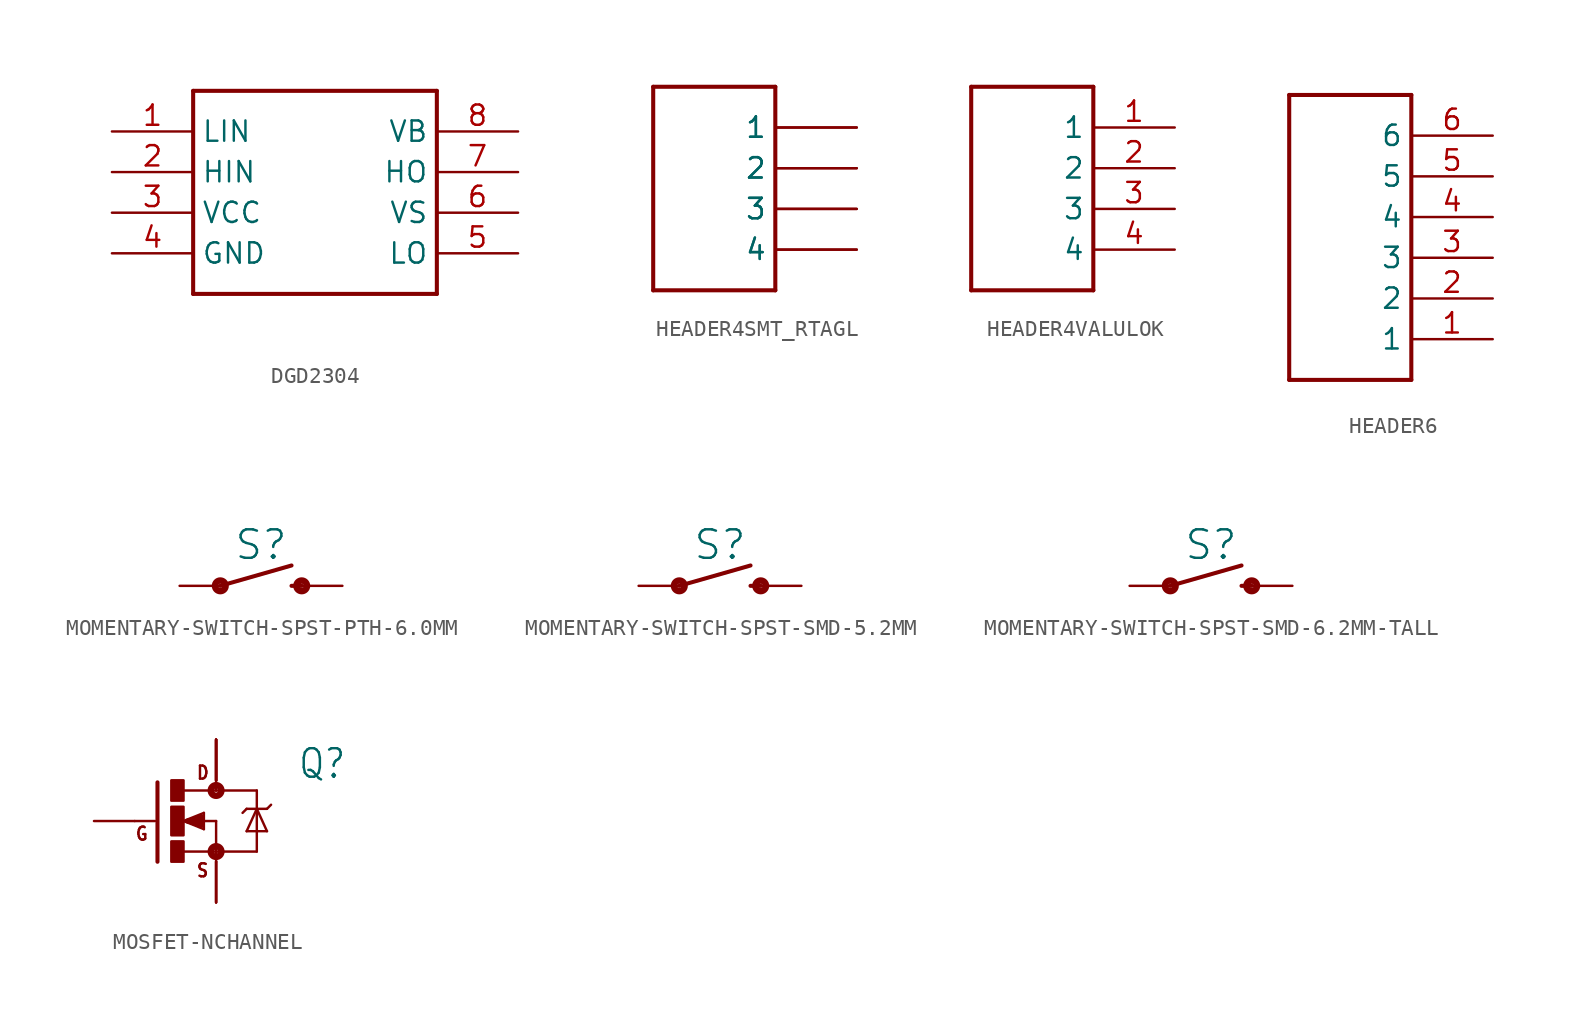
<source format=kicad_sym>
(kicad_symbol_lib
  (version 20231120)
  (generator "kicad_symbol_editor")
  (generator_version "8.0")
  (symbol "DGD2304"
    (property "Reference" ""
      (at -7.366 8.128 0)
      (effects (font (size 1.778 1.511)) (justify left bottom) (hide yes)))
    (property "Value" ""
      (at -7.62 -7.62 0)
      (effects (font (size 1.778 1.511)) (justify left bottom)))
    (property "ki_locked" ""
      (at 0 0 0)
      (effects (font (size 1.27 1.27))))
    (symbol "DGD2304_1_0"
      (polyline (pts (xy -7.62 -5.08) (xy 7.62 -5.08)) (stroke (width 0.254) (type solid)) (fill (type none)))
      (polyline (pts (xy -7.62 7.62) (xy -7.62 -5.08)) (stroke (width 0.254) (type solid)) (fill (type none)))
      (polyline (pts (xy 7.62 -5.08) (xy 7.62 7.62)) (stroke (width 0.254) (type solid)) (fill (type none)))
      (polyline (pts (xy 7.62 7.62) (xy -7.62 7.62)) (stroke (width 0.254) (type solid)) (fill (type none)))
      (pin bidirectional line (at -12.7 5.08 0) (length 5.08) (name "LIN" (effects (font (size 1.27 1.27)))) (number "1" (effects (font (size 1.27 1.27)))))
      (pin bidirectional line (at -12.7 2.54 0) (length 5.08) (name "HIN" (effects (font (size 1.27 1.27)))) (number "2" (effects (font (size 1.27 1.27)))))
      (pin bidirectional line (at -12.7 0 0) (length 5.08) (name "VCC" (effects (font (size 1.27 1.27)))) (number "3" (effects (font (size 1.27 1.27)))))
      (pin bidirectional line (at -12.7 -2.54 0) (length 5.08) (name "GND" (effects (font (size 1.27 1.27)))) (number "4" (effects (font (size 1.27 1.27)))))
      (pin bidirectional line (at 12.7 -2.54 180) (length 5.08) (name "LO" (effects (font (size 1.27 1.27)))) (number "5" (effects (font (size 1.27 1.27)))))
      (pin bidirectional line (at 12.7 0 180) (length 5.08) (name "VS" (effects (font (size 1.27 1.27)))) (number "6" (effects (font (size 1.27 1.27)))))
      (pin bidirectional line (at 12.7 2.54 180) (length 5.08) (name "HO" (effects (font (size 1.27 1.27)))) (number "7" (effects (font (size 1.27 1.27)))))
      (pin bidirectional line (at 12.7 5.08 180) (length 5.08) (name "VB" (effects (font (size 1.27 1.27)))) (number "8" (effects (font (size 1.27 1.27)))))))
  (symbol "HEADER4SMT_RTAGL"
    (property "Reference" ""
      (at -5.08 8.382 0)
      (effects (font (size 1.27 1.079)) (justify left bottom) (hide yes)))
    (property "ki_locked" ""
      (at 0 0 0)
      (effects (font (size 1.27 1.27))))
    (symbol "HEADER4SMT_RTAGL_1_0"
      (polyline (pts (xy -5.08 -5.08) (xy -5.08 7.62)) (stroke (width 0.254) (type solid)) (fill (type none)))
      (polyline (pts (xy -5.08 7.62) (xy 2.54 7.62)) (stroke (width 0.254) (type solid)) (fill (type none)))
      (polyline (pts (xy 2.54 -5.08) (xy -5.08 -5.08)) (stroke (width 0.254) (type solid)) (fill (type none)))
      (polyline (pts (xy 2.54 7.62) (xy 2.54 -5.08)) (stroke (width 0.254) (type solid)) (fill (type none)))
      (pin bidirectional line (at 7.62 5.08 180) (length 5.08) (name "1" (effects (font (size 1.27 1.27)))) (number "1H" (effects (font (size 0 0)))))
      (pin bidirectional line (at 7.62 5.08 180) (length 5.08) (name "1" (effects (font (size 1.27 1.27)))) (number "1L" (effects (font (size 0 0)))))
      (pin bidirectional line (at 7.62 2.54 180) (length 5.08) (name "2" (effects (font (size 1.27 1.27)))) (number "2H" (effects (font (size 0 0)))))
      (pin bidirectional line (at 7.62 2.54 180) (length 5.08) (name "2" (effects (font (size 1.27 1.27)))) (number "2L" (effects (font (size 0 0)))))
      (pin bidirectional line (at 7.62 0 180) (length 5.08) (name "3" (effects (font (size 1.27 1.27)))) (number "3H" (effects (font (size 0 0)))))
      (pin bidirectional line (at 7.62 0 180) (length 5.08) (name "3" (effects (font (size 1.27 1.27)))) (number "3L" (effects (font (size 0 0)))))
      (pin bidirectional line (at 7.62 -2.54 180) (length 5.08) (name "4" (effects (font (size 1.27 1.27)))) (number "4H" (effects (font (size 0 0)))))
      (pin bidirectional line (at 7.62 -2.54 180) (length 5.08) (name "4" (effects (font (size 1.27 1.27)))) (number "4L" (effects (font (size 0 0)))))))
  (symbol "HEADER4VALULOK"
    (property "Reference" ""
      (at -5.08 8.382 0)
      (effects (font (size 1.27 1.079)) (justify left bottom) (hide yes)))
    (property "ki_locked" ""
      (at 0 0 0)
      (effects (font (size 1.27 1.27))))
    (symbol "HEADER4VALULOK_1_0"
      (polyline (pts (xy -5.08 -5.08) (xy -5.08 7.62)) (stroke (width 0.254) (type solid)) (fill (type none)))
      (polyline (pts (xy -5.08 7.62) (xy 2.54 7.62)) (stroke (width 0.254) (type solid)) (fill (type none)))
      (polyline (pts (xy 2.54 -5.08) (xy -5.08 -5.08)) (stroke (width 0.254) (type solid)) (fill (type none)))
      (polyline (pts (xy 2.54 7.62) (xy 2.54 -5.08)) (stroke (width 0.254) (type solid)) (fill (type none)))
      (pin bidirectional line (at 7.62 5.08 180) (length 5.08) (name "1" (effects (font (size 1.27 1.27)))) (number "1" (effects (font (size 1.27 1.27)))))
      (pin bidirectional line (at 7.62 2.54 180) (length 5.08) (name "2" (effects (font (size 1.27 1.27)))) (number "2" (effects (font (size 1.27 1.27)))))
      (pin bidirectional line (at 7.62 0 180) (length 5.08) (name "3" (effects (font (size 1.27 1.27)))) (number "3" (effects (font (size 1.27 1.27)))))
      (pin bidirectional line (at 7.62 -2.54 180) (length 5.08) (name "4" (effects (font (size 1.27 1.27)))) (number "4" (effects (font (size 1.27 1.27)))))))
  (symbol "HEADER6"
    (property "Reference" ""
      (at 0 0 0)
      (effects (font (size 1.27 1.27)) (hide yes)))
    (property "ki_locked" ""
      (at 0 0 0)
      (effects (font (size 1.27 1.27))))
    (symbol "HEADER6_1_0"
      (polyline (pts (xy -2.54 -10.16) (xy 5.08 -10.16)) (stroke (width 0.254) (type solid)) (fill (type none)))
      (polyline (pts (xy -2.54 7.62) (xy -2.54 -10.16)) (stroke (width 0.254) (type solid)) (fill (type none)))
      (polyline (pts (xy 5.08 -10.16) (xy 5.08 7.62)) (stroke (width 0.254) (type solid)) (fill (type none)))
      (polyline (pts (xy 5.08 7.62) (xy -2.54 7.62)) (stroke (width 0.254) (type solid)) (fill (type none)))
      (pin bidirectional line (at 10.16 -7.62 180) (length 5.08) (name "1" (effects (font (size 1.27 1.27)))) (number "1" (effects (font (size 1.27 1.27)))))
      (pin bidirectional line (at 10.16 -5.08 180) (length 5.08) (name "2" (effects (font (size 1.27 1.27)))) (number "2" (effects (font (size 1.27 1.27)))))
      (pin bidirectional line (at 10.16 -2.54 180) (length 5.08) (name "3" (effects (font (size 1.27 1.27)))) (number "3" (effects (font (size 1.27 1.27)))))
      (pin bidirectional line (at 10.16 0 180) (length 5.08) (name "4" (effects (font (size 1.27 1.27)))) (number "4" (effects (font (size 1.27 1.27)))))
      (pin bidirectional line (at 10.16 2.54 180) (length 5.08) (name "5" (effects (font (size 1.27 1.27)))) (number "5" (effects (font (size 1.27 1.27)))))
      (pin bidirectional line (at 10.16 5.08 180) (length 5.08) (name "6" (effects (font (size 1.27 1.27)))) (number "6" (effects (font (size 1.27 1.27)))))))
  (symbol "MOMENTARY-SWITCH-SPST-PTH-6.0MM"
    (property "Reference" "S"
      (at 0 1.524 0)
      (effects (font (size 1.778 1.778)) (justify bottom)))
    (property "Value" ""
      (at 0 -0.508 0)
      (effects (font (size 1.778 1.778)) (justify top)))
    (property "ki_locked" ""
      (at 0 0 0)
      (effects (font (size 1.27 1.27))))
    (symbol "MOMENTARY-SWITCH-SPST-PTH-6.0MM_1_0"
      (circle (center -2.54 0) (radius 0.127) (stroke (width 0.406) (type solid)) (fill (type none)))
      (polyline (pts (xy -2.54 0) (xy 1.905 1.27)) (stroke (width 0.254) (type solid)) (fill (type none)))
      (polyline (pts (xy 1.905 0) (xy 2.54 0)) (stroke (width 0.254) (type solid)) (fill (type none)))
      (circle (center 2.54 0) (radius 0.127) (stroke (width 0.406) (type solid)) (fill (type none)))
      (pin passive line (at -5.08 0 0) (length 2.54) (name "1" (effects (font (size 0 0)))) (number "1" (effects (font (size 0 0)))))
      (pin passive line (at 5.08 0 180) (length 2.54) (name "2" (effects (font (size 0 0)))) (number "3" (effects (font (size 0 0)))))))
  (symbol "MOMENTARY-SWITCH-SPST-SMD-5.2MM"
    (property "Reference" "S"
      (at 0 1.524 0)
      (effects (font (size 1.778 1.778)) (justify bottom)))
    (property "Value" ""
      (at 0 -0.508 0)
      (effects (font (size 1.778 1.778)) (justify top)))
    (property "ki_locked" ""
      (at 0 0 0)
      (effects (font (size 1.27 1.27))))
    (symbol "MOMENTARY-SWITCH-SPST-SMD-5.2MM_1_0"
      (circle (center -2.54 0) (radius 0.127) (stroke (width 0.406) (type solid)) (fill (type none)))
      (polyline (pts (xy -2.54 0) (xy 1.905 1.27)) (stroke (width 0.254) (type solid)) (fill (type none)))
      (polyline (pts (xy 1.905 0) (xy 2.54 0)) (stroke (width 0.254) (type solid)) (fill (type none)))
      (circle (center 2.54 0) (radius 0.127) (stroke (width 0.406) (type solid)) (fill (type none)))
      (pin passive line (at -5.08 0 0) (length 2.54) (name "1" (effects (font (size 0 0)))) (number "1" (effects (font (size 0 0)))))
      (pin passive line (at 5.08 0 180) (length 2.54) (name "2" (effects (font (size 0 0)))) (number "3" (effects (font (size 0 0)))))))
  (symbol "MOMENTARY-SWITCH-SPST-SMD-6.2MM-TALL"
    (property "Reference" "S"
      (at 0 1.524 0)
      (effects (font (size 1.778 1.778)) (justify bottom)))
    (property "Value" ""
      (at 0 -0.508 0)
      (effects (font (size 1.778 1.778)) (justify top)))
    (property "ki_locked" ""
      (at 0 0 0)
      (effects (font (size 1.27 1.27))))
    (symbol "MOMENTARY-SWITCH-SPST-SMD-6.2MM-TALL_1_0"
      (circle (center -2.54 0) (radius 0.127) (stroke (width 0.406) (type solid)) (fill (type none)))
      (polyline (pts (xy -2.54 0) (xy 1.905 1.27)) (stroke (width 0.254) (type solid)) (fill (type none)))
      (polyline (pts (xy 1.905 0) (xy 2.54 0)) (stroke (width 0.254) (type solid)) (fill (type none)))
      (circle (center 2.54 0) (radius 0.127) (stroke (width 0.406) (type solid)) (fill (type none)))
      (pin passive line (at -5.08 0 0) (length 2.54) (name "1" (effects (font (size 0 0)))) (number "A2" (effects (font (size 0 0)))))
      (pin passive line (at 5.08 0 180) (length 2.54) (name "2" (effects (font (size 0 0)))) (number "B2" (effects (font (size 0 0)))))))
  (symbol "MOSFET-NCHANNEL"
    (property "Reference" "Q"
      (at 5.08 2.54 0)
      (effects (font (size 1.778 1.511)) (justify left bottom)))
    (property "Value" ""
      (at 5.08 0 0)
      (effects (font (size 1.778 1.511)) (justify left bottom)))
    (property "ki_locked" ""
      (at 0 0 0)
      (effects (font (size 1.27 1.27))))
    (symbol "MOSFET-NCHANNEL_1_0"
      (rectangle (start -2.794 -2.54) (end -2.032 -1.27) (stroke (width 0) (type default)) (fill (type outline)))
      (rectangle (start -2.794 -0.889) (end -2.032 0.889) (stroke (width 0) (type default)) (fill (type outline)))
      (rectangle (start -2.794 1.27) (end -2.032 2.54) (stroke (width 0) (type default)) (fill (type outline)))
      (circle (center 0 -1.905) (radius 0.127) (stroke (width 0.406) (type solid)) (fill (type none)))
      (polyline (pts (xy -3.81 0) (xy -5.08 0)) (stroke (width 0.152) (type solid)) (fill (type none)))
      (polyline (pts (xy -3.658 2.413) (xy -3.658 -2.54)) (stroke (width 0.254) (type solid)) (fill (type none)))
      (polyline (pts (xy -2.032 -1.905) (xy 0 -1.905)) (stroke (width 0.152) (type solid)) (fill (type none)))
      (polyline (pts (xy -2.032 0) (xy -0.762 -0.508)) (stroke (width 0.152) (type solid)) (fill (type none)))
      (polyline (pts (xy -1.778 0) (xy -0.889 -0.254)) (stroke (width 0.305) (type solid)) (fill (type none)))
      (polyline (pts (xy -0.889 -0.254) (xy -0.889 0)) (stroke (width 0.305) (type solid)) (fill (type none)))
      (polyline (pts (xy -0.889 0) (xy -1.143 0)) (stroke (width 0.305) (type solid)) (fill (type none)))
      (polyline (pts (xy -0.889 0) (xy 0 0)) (stroke (width 0.152) (type solid)) (fill (type none)))
      (polyline (pts (xy -0.889 0.254) (xy -1.778 0)) (stroke (width 0.305) (type solid)) (fill (type none)))
      (polyline (pts (xy -0.762 -0.508) (xy -0.762 0.508)) (stroke (width 0.152) (type solid)) (fill (type none)))
      (polyline (pts (xy -0.762 0.508) (xy -2.032 0)) (stroke (width 0.152) (type solid)) (fill (type none)))
      (polyline (pts (xy 0 -1.905) (xy 0 -2.54)) (stroke (width 0.152) (type solid)) (fill (type none)))
      (polyline (pts (xy 0 0) (xy 0 -1.905)) (stroke (width 0.152) (type solid)) (fill (type none)))
      (polyline (pts (xy 0 1.905) (xy -2.007 1.905)) (stroke (width 0.152) (type solid)) (fill (type none)))
      (polyline (pts (xy 0 1.905) (xy 2.54 1.905)) (stroke (width 0.152) (type solid)) (fill (type none)))
      (polyline (pts (xy 0 2.54) (xy 0 1.905)) (stroke (width 0.152) (type solid)) (fill (type none)))
      (polyline (pts (xy 1.905 -0.635) (xy 3.175 -0.635)) (stroke (width 0.152) (type solid)) (fill (type none)))
      (polyline (pts (xy 1.905 0.762) (xy 1.651 0.508)) (stroke (width 0.152) (type solid)) (fill (type none)))
      (polyline (pts (xy 1.905 0.762) (xy 2.54 0.762)) (stroke (width 0.152) (type solid)) (fill (type none)))
      (polyline (pts (xy 2.54 -1.905) (xy 0 -1.905)) (stroke (width 0.152) (type solid)) (fill (type none)))
      (polyline (pts (xy 2.54 0.762) (xy 1.905 -0.635)) (stroke (width 0.152) (type solid)) (fill (type none)))
      (polyline (pts (xy 2.54 0.762) (xy 2.54 -1.905)) (stroke (width 0.152) (type solid)) (fill (type none)))
      (polyline (pts (xy 2.54 0.762) (xy 3.175 0.762)) (stroke (width 0.152) (type solid)) (fill (type none)))
      (polyline (pts (xy 2.54 1.905) (xy 2.54 0.762)) (stroke (width 0.152) (type solid)) (fill (type none)))
      (polyline (pts (xy 3.175 -0.635) (xy 2.54 0.762)) (stroke (width 0.152) (type solid)) (fill (type none)))
      (polyline (pts (xy 3.175 0.762) (xy 3.429 1.016)) (stroke (width 0.152) (type solid)) (fill (type none)))
      (circle (center 0 1.905) (radius 0.127) (stroke (width 0.406) (type solid)) (fill (type none)))
      (text "D" (at -1.27 2.54 0) (effects (font (size 0.813 0.691)) (justify left bottom)))
      (text "G" (at -5.08 -1.27 0) (effects (font (size 0.813 0.691)) (justify left bottom)))
      (text "S" (at -1.27 -3.556 0) (effects (font (size 0.813 0.691)) (justify left bottom)))
      (pin passive line (at 0 5.08 270) (length 2.54) (name "D" (effects (font (size 0 0)))) (number "D1" (effects (font (size 0 0)))))
      (pin passive line (at 0 5.08 270) (length 2.54) (name "D" (effects (font (size 0 0)))) (number "D2" (effects (font (size 0 0)))))
      (pin passive line (at 0 5.08 270) (length 2.54) (name "D" (effects (font (size 0 0)))) (number "D3" (effects (font (size 0 0)))))
      (pin passive line (at 0 5.08 270) (length 2.54) (name "D" (effects (font (size 0 0)))) (number "D4" (effects (font (size 0 0)))))
      (pin passive line (at 0 5.08 270) (length 2.54) (name "D" (effects (font (size 0 0)))) (number "D5" (effects (font (size 0 0)))))
      (pin passive line (at -7.62 0 0) (length 2.54) (name "G" (effects (font (size 0 0)))) (number "G" (effects (font (size 0 0)))))
      (pin passive line (at 0 -5.08 90) (length 2.54) (name "S" (effects (font (size 0 0)))) (number "S1" (effects (font (size 0 0)))))
      (pin passive line (at 0 -5.08 90) (length 2.54) (name "S" (effects (font (size 0 0)))) (number "S2" (effects (font (size 0 0)))))
      (pin passive line (at 0 -5.08 90) (length 2.54) (name "S" (effects (font (size 0 0)))) (number "S3" (effects (font (size 0 0))))))))
</source>
